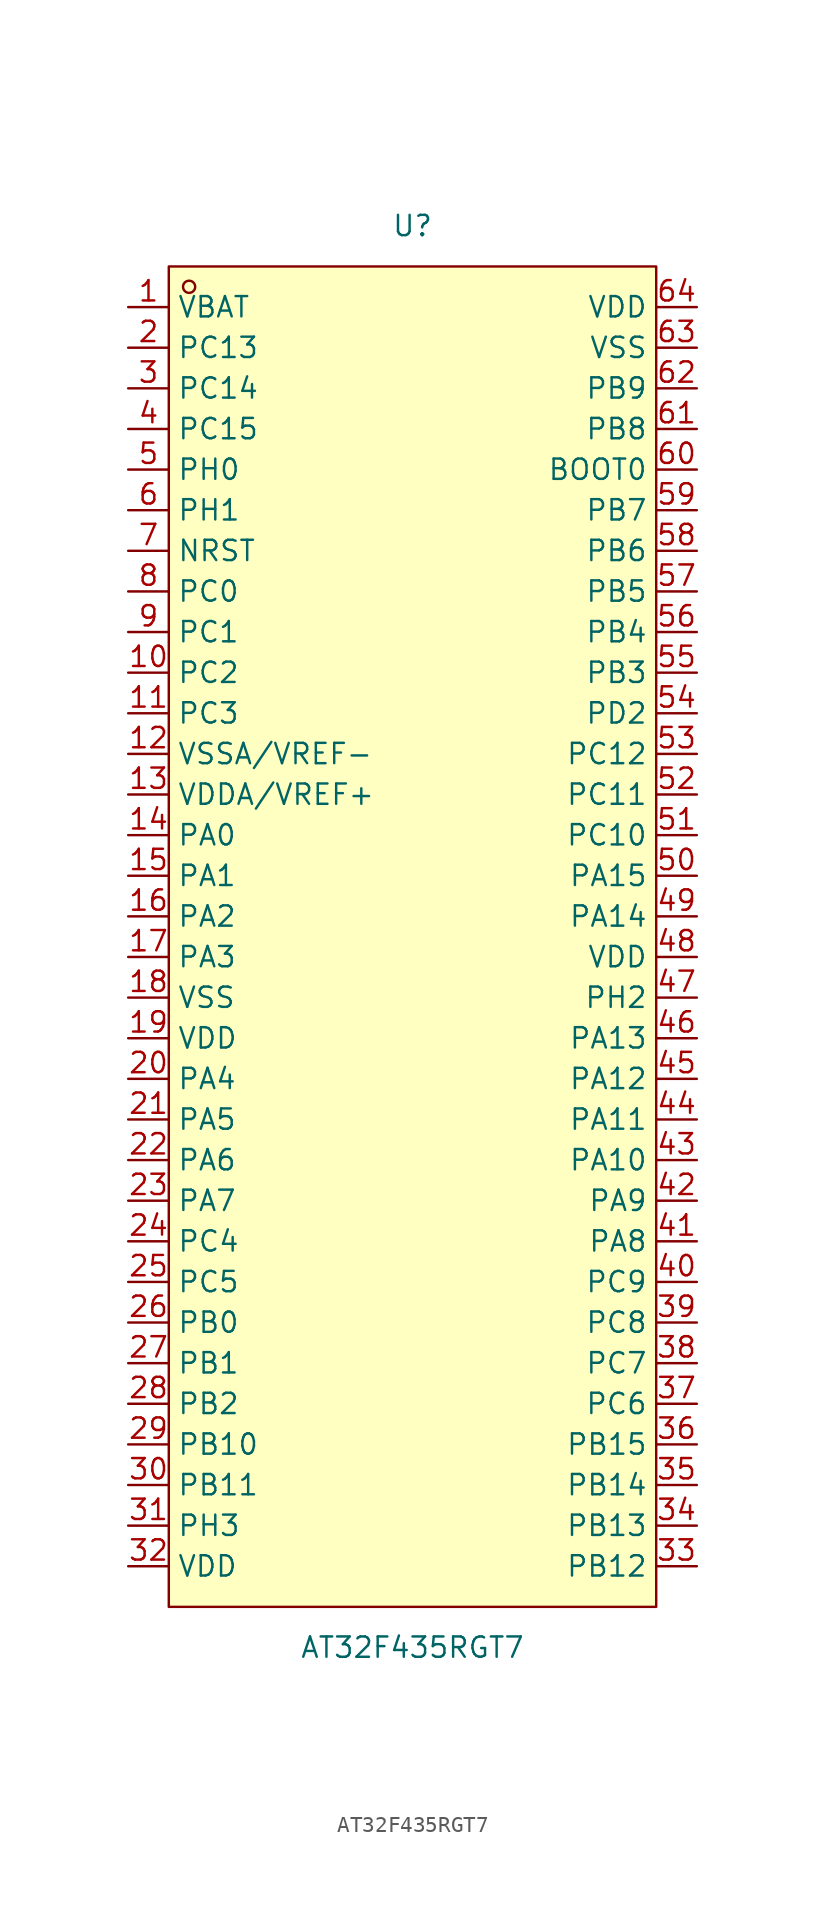
<source format=kicad_sym>
(kicad_symbol_lib
  (version 20211014)
  (generator https://github.com/uPesy/easyeda2kicad.py)
  (symbol "AT32F435RGT7"
    (property "Reference" "U"
      (at 0 45.72 0)
      (effects (font (size 1.27 1.27))))
    (property "Value" "AT32F435RGT7"
      (at 0 -43.18 0)
      (effects (font (size 1.27 1.27))))
    (symbol "AT32F435RGT7_0_1"
      (rectangle (start -15.24 43.18) (end 15.24 -40.64) (stroke (width 0) (type default) (color 0 0 0 0)) (fill (type background)))
      (circle (center -13.97 41.91) (radius 0.38) (stroke (width 0) (type default) (color 0 0 0 0)) (fill (type none)))
      (pin unspecified line (at 17.78 40.64 180) (length 2.54) (name "VDD" (effects (font (size 1.27 1.27)))) (number "64" (effects (font (size 1.27 1.27)))))
      (pin unspecified line (at 17.78 38.10 180) (length 2.54) (name "VSS" (effects (font (size 1.27 1.27)))) (number "63" (effects (font (size 1.27 1.27)))))
      (pin unspecified line (at 17.78 35.56 180) (length 2.54) (name "PB9" (effects (font (size 1.27 1.27)))) (number "62" (effects (font (size 1.27 1.27)))))
      (pin unspecified line (at 17.78 33.02 180) (length 2.54) (name "PB8" (effects (font (size 1.27 1.27)))) (number "61" (effects (font (size 1.27 1.27)))))
      (pin unspecified line (at 17.78 30.48 180) (length 2.54) (name "BOOT0" (effects (font (size 1.27 1.27)))) (number "60" (effects (font (size 1.27 1.27)))))
      (pin unspecified line (at 17.78 27.94 180) (length 2.54) (name "PB7" (effects (font (size 1.27 1.27)))) (number "59" (effects (font (size 1.27 1.27)))))
      (pin unspecified line (at 17.78 25.40 180) (length 2.54) (name "PB6" (effects (font (size 1.27 1.27)))) (number "58" (effects (font (size 1.27 1.27)))))
      (pin unspecified line (at 17.78 22.86 180) (length 2.54) (name "PB5" (effects (font (size 1.27 1.27)))) (number "57" (effects (font (size 1.27 1.27)))))
      (pin unspecified line (at 17.78 20.32 180) (length 2.54) (name "PB4" (effects (font (size 1.27 1.27)))) (number "56" (effects (font (size 1.27 1.27)))))
      (pin unspecified line (at 17.78 17.78 180) (length 2.54) (name "PB3" (effects (font (size 1.27 1.27)))) (number "55" (effects (font (size 1.27 1.27)))))
      (pin unspecified line (at 17.78 15.24 180) (length 2.54) (name "PD2" (effects (font (size 1.27 1.27)))) (number "54" (effects (font (size 1.27 1.27)))))
      (pin unspecified line (at 17.78 12.70 180) (length 2.54) (name "PC12" (effects (font (size 1.27 1.27)))) (number "53" (effects (font (size 1.27 1.27)))))
      (pin unspecified line (at 17.78 10.16 180) (length 2.54) (name "PC11" (effects (font (size 1.27 1.27)))) (number "52" (effects (font (size 1.27 1.27)))))
      (pin unspecified line (at 17.78 7.62 180) (length 2.54) (name "PC10" (effects (font (size 1.27 1.27)))) (number "51" (effects (font (size 1.27 1.27)))))
      (pin unspecified line (at 17.78 5.08 180) (length 2.54) (name "PA15" (effects (font (size 1.27 1.27)))) (number "50" (effects (font (size 1.27 1.27)))))
      (pin unspecified line (at 17.78 2.54 180) (length 2.54) (name "PA14" (effects (font (size 1.27 1.27)))) (number "49" (effects (font (size 1.27 1.27)))))
      (pin unspecified line (at 17.78 -0.00 180) (length 2.54) (name "VDD" (effects (font (size 1.27 1.27)))) (number "48" (effects (font (size 1.27 1.27)))))
      (pin unspecified line (at 17.78 -2.54 180) (length 2.54) (name "PH2" (effects (font (size 1.27 1.27)))) (number "47" (effects (font (size 1.27 1.27)))))
      (pin unspecified line (at 17.78 -5.08 180) (length 2.54) (name "PA13" (effects (font (size 1.27 1.27)))) (number "46" (effects (font (size 1.27 1.27)))))
      (pin unspecified line (at 17.78 -7.62 180) (length 2.54) (name "PA12" (effects (font (size 1.27 1.27)))) (number "45" (effects (font (size 1.27 1.27)))))
      (pin unspecified line (at 17.78 -10.16 180) (length 2.54) (name "PA11" (effects (font (size 1.27 1.27)))) (number "44" (effects (font (size 1.27 1.27)))))
      (pin unspecified line (at 17.78 -12.70 180) (length 2.54) (name "PA10" (effects (font (size 1.27 1.27)))) (number "43" (effects (font (size 1.27 1.27)))))
      (pin unspecified line (at 17.78 -15.24 180) (length 2.54) (name "PA9" (effects (font (size 1.27 1.27)))) (number "42" (effects (font (size 1.27 1.27)))))
      (pin unspecified line (at 17.78 -17.78 180) (length 2.54) (name "PA8" (effects (font (size 1.27 1.27)))) (number "41" (effects (font (size 1.27 1.27)))))
      (pin unspecified line (at 17.78 -20.32 180) (length 2.54) (name "PC9" (effects (font (size 1.27 1.27)))) (number "40" (effects (font (size 1.27 1.27)))))
      (pin unspecified line (at 17.78 -22.86 180) (length 2.54) (name "PC8" (effects (font (size 1.27 1.27)))) (number "39" (effects (font (size 1.27 1.27)))))
      (pin unspecified line (at 17.78 -25.40 180) (length 2.54) (name "PC7" (effects (font (size 1.27 1.27)))) (number "38" (effects (font (size 1.27 1.27)))))
      (pin unspecified line (at 17.78 -27.94 180) (length 2.54) (name "PC6" (effects (font (size 1.27 1.27)))) (number "37" (effects (font (size 1.27 1.27)))))
      (pin unspecified line (at 17.78 -30.48 180) (length 2.54) (name "PB15" (effects (font (size 1.27 1.27)))) (number "36" (effects (font (size 1.27 1.27)))))
      (pin unspecified line (at 17.78 -33.02 180) (length 2.54) (name "PB14" (effects (font (size 1.27 1.27)))) (number "35" (effects (font (size 1.27 1.27)))))
      (pin unspecified line (at 17.78 -35.56 180) (length 2.54) (name "PB13" (effects (font (size 1.27 1.27)))) (number "34" (effects (font (size 1.27 1.27)))))
      (pin unspecified line (at 17.78 -38.10 180) (length 2.54) (name "PB12" (effects (font (size 1.27 1.27)))) (number "33" (effects (font (size 1.27 1.27)))))
      (pin unspecified line (at -17.78 -38.10 0) (length 2.54) (name "VDD" (effects (font (size 1.27 1.27)))) (number "32" (effects (font (size 1.27 1.27)))))
      (pin unspecified line (at -17.78 -35.56 0) (length 2.54) (name "PH3" (effects (font (size 1.27 1.27)))) (number "31" (effects (font (size 1.27 1.27)))))
      (pin unspecified line (at -17.78 -33.02 0) (length 2.54) (name "PB11" (effects (font (size 1.27 1.27)))) (number "30" (effects (font (size 1.27 1.27)))))
      (pin unspecified line (at -17.78 -30.48 0) (length 2.54) (name "PB10" (effects (font (size 1.27 1.27)))) (number "29" (effects (font (size 1.27 1.27)))))
      (pin unspecified line (at -17.78 -27.94 0) (length 2.54) (name "PB2" (effects (font (size 1.27 1.27)))) (number "28" (effects (font (size 1.27 1.27)))))
      (pin unspecified line (at -17.78 -25.40 0) (length 2.54) (name "PB1" (effects (font (size 1.27 1.27)))) (number "27" (effects (font (size 1.27 1.27)))))
      (pin unspecified line (at -17.78 -22.86 0) (length 2.54) (name "PB0" (effects (font (size 1.27 1.27)))) (number "26" (effects (font (size 1.27 1.27)))))
      (pin unspecified line (at -17.78 -20.32 0) (length 2.54) (name "PC5" (effects (font (size 1.27 1.27)))) (number "25" (effects (font (size 1.27 1.27)))))
      (pin unspecified line (at -17.78 -17.78 0) (length 2.54) (name "PC4" (effects (font (size 1.27 1.27)))) (number "24" (effects (font (size 1.27 1.27)))))
      (pin unspecified line (at -17.78 -15.24 0) (length 2.54) (name "PA7" (effects (font (size 1.27 1.27)))) (number "23" (effects (font (size 1.27 1.27)))))
      (pin unspecified line (at -17.78 -12.70 0) (length 2.54) (name "PA6" (effects (font (size 1.27 1.27)))) (number "22" (effects (font (size 1.27 1.27)))))
      (pin unspecified line (at -17.78 -10.16 0) (length 2.54) (name "PA5" (effects (font (size 1.27 1.27)))) (number "21" (effects (font (size 1.27 1.27)))))
      (pin unspecified line (at -17.78 -7.62 0) (length 2.54) (name "PA4" (effects (font (size 1.27 1.27)))) (number "20" (effects (font (size 1.27 1.27)))))
      (pin unspecified line (at -17.78 -5.08 0) (length 2.54) (name "VDD" (effects (font (size 1.27 1.27)))) (number "19" (effects (font (size 1.27 1.27)))))
      (pin unspecified line (at -17.78 -2.54 0) (length 2.54) (name "VSS" (effects (font (size 1.27 1.27)))) (number "18" (effects (font (size 1.27 1.27)))))
      (pin unspecified line (at -17.78 -0.00 0) (length 2.54) (name "PA3" (effects (font (size 1.27 1.27)))) (number "17" (effects (font (size 1.27 1.27)))))
      (pin unspecified line (at -17.78 2.54 0) (length 2.54) (name "PA2" (effects (font (size 1.27 1.27)))) (number "16" (effects (font (size 1.27 1.27)))))
      (pin unspecified line (at -17.78 5.08 0) (length 2.54) (name "PA1" (effects (font (size 1.27 1.27)))) (number "15" (effects (font (size 1.27 1.27)))))
      (pin unspecified line (at -17.78 7.62 0) (length 2.54) (name "PA0" (effects (font (size 1.27 1.27)))) (number "14" (effects (font (size 1.27 1.27)))))
      (pin unspecified line (at -17.78 10.16 0) (length 2.54) (name "VDDA/VREF+" (effects (font (size 1.27 1.27)))) (number "13" (effects (font (size 1.27 1.27)))))
      (pin unspecified line (at -17.78 12.70 0) (length 2.54) (name "VSSA/VREF-" (effects (font (size 1.27 1.27)))) (number "12" (effects (font (size 1.27 1.27)))))
      (pin unspecified line (at -17.78 15.24 0) (length 2.54) (name "PC3" (effects (font (size 1.27 1.27)))) (number "11" (effects (font (size 1.27 1.27)))))
      (pin unspecified line (at -17.78 17.78 0) (length 2.54) (name "PC2" (effects (font (size 1.27 1.27)))) (number "10" (effects (font (size 1.27 1.27)))))
      (pin unspecified line (at -17.78 20.32 0) (length 2.54) (name "PC1" (effects (font (size 1.27 1.27)))) (number "9" (effects (font (size 1.27 1.27)))))
      (pin unspecified line (at -17.78 22.86 0) (length 2.54) (name "PC0" (effects (font (size 1.27 1.27)))) (number "8" (effects (font (size 1.27 1.27)))))
      (pin unspecified line (at -17.78 25.40 0) (length 2.54) (name "NRST" (effects (font (size 1.27 1.27)))) (number "7" (effects (font (size 1.27 1.27)))))
      (pin unspecified line (at -17.78 27.94 0) (length 2.54) (name "PH1" (effects (font (size 1.27 1.27)))) (number "6" (effects (font (size 1.27 1.27)))))
      (pin unspecified line (at -17.78 30.48 0) (length 2.54) (name "PH0" (effects (font (size 1.27 1.27)))) (number "5" (effects (font (size 1.27 1.27)))))
      (pin unspecified line (at -17.78 33.02 0) (length 2.54) (name "PC15" (effects (font (size 1.27 1.27)))) (number "4" (effects (font (size 1.27 1.27)))))
      (pin unspecified line (at -17.78 35.56 0) (length 2.54) (name "PC14" (effects (font (size 1.27 1.27)))) (number "3" (effects (font (size 1.27 1.27)))))
      (pin unspecified line (at -17.78 38.10 0) (length 2.54) (name "PC13" (effects (font (size 1.27 1.27)))) (number "2" (effects (font (size 1.27 1.27)))))
      (pin unspecified line (at -17.78 40.64 0) (length 2.54) (name "VBAT" (effects (font (size 1.27 1.27)))) (number "1" (effects (font (size 1.27 1.27))))))))
</source>
